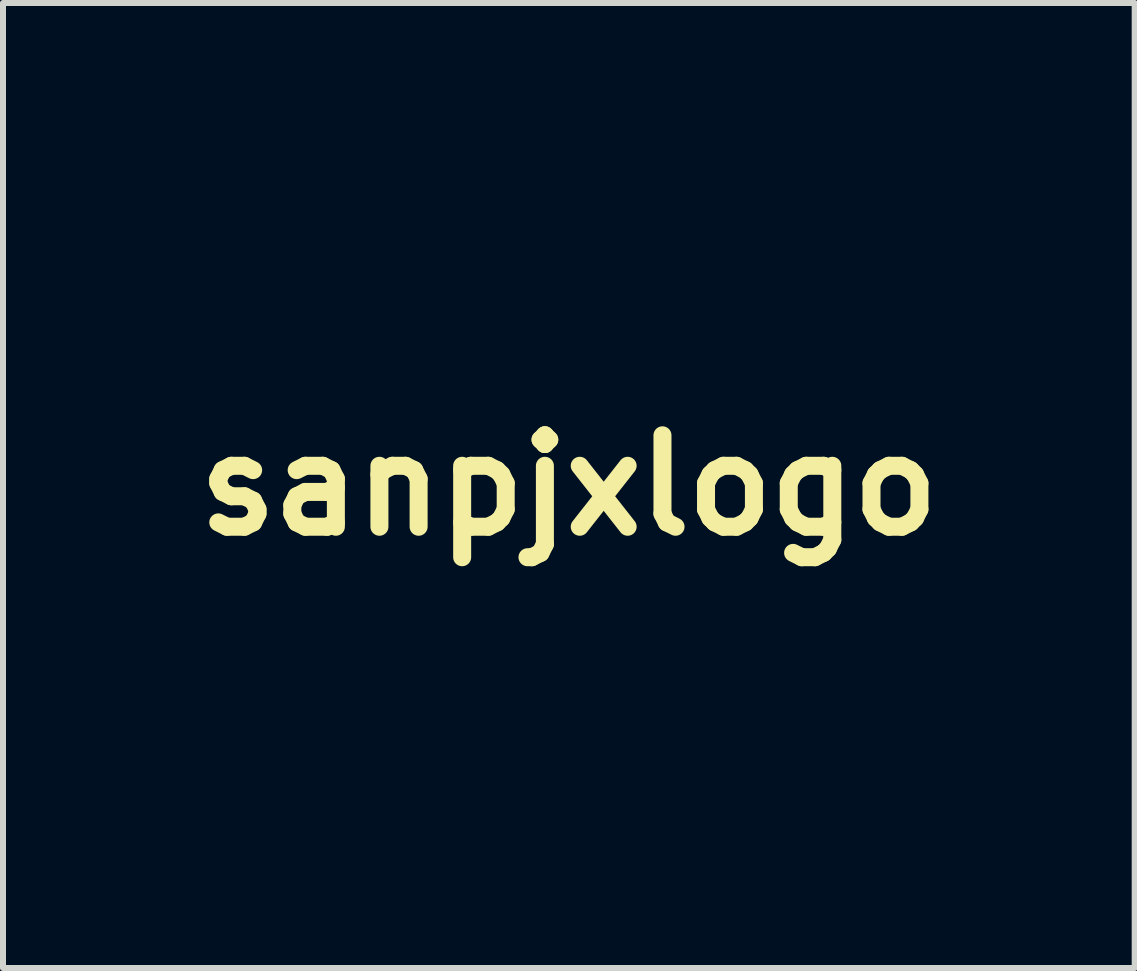
<source format=kicad_pcb>
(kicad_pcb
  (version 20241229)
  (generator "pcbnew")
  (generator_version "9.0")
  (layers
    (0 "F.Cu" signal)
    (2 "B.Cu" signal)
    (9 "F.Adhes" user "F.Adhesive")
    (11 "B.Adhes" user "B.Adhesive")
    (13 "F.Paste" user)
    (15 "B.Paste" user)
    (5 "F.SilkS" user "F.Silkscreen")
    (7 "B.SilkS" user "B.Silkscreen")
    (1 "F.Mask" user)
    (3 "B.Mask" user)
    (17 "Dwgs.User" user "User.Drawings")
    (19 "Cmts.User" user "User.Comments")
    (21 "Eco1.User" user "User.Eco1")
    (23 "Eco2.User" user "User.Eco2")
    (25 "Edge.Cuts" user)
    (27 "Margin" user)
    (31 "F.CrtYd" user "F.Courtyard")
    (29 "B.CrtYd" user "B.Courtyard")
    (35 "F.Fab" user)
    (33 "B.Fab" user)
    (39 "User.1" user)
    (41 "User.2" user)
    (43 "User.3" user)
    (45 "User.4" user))
  (footprint "sanpjxlogo"
    (layer "F.Cu")
    (at 6.43 5.039)
    (property "Reference" "sanpjxlogo" (at 0 0 0) (layer "F.SilkS") (effects (font (size 1.524 1.524) (thickness 0.3))))
    (attr through_hole)
    (fp_poly (pts (xy 0.049 -2.961) (xy 0.091 -2.949) (xy 0.102 -2.945) (xy 0.145 -2.92) (xy 0.184 -2.887) (xy 0.215 -2.848) (xy 0.239 -2.806) (xy 0.245 -2.787) (xy 0.247 -2.781) (xy 0.249 -2.775) (xy 0.25 -2.768) (xy 0.251 -2.76) (xy 0.252 -2.749) (xy 0.253 -2.735) (xy 0.254 -2.718) (xy 0.255 -2.697) (xy 0.255 -2.671) (xy 0.256 -2.64) (xy 0.256 -2.603) (xy 0.256 -2.559) (xy 0.256 -2.507) (xy 0.257 -2.448) (xy 0.257 -2.38) (xy 0.257 -2.303) (xy 0.257 -2.216) (xy 0.257 -2.119) (xy 0.257 -2.073) (xy 0.257 -1.964) (xy 0.256 -1.863) (xy 0.256 -1.771) (xy 0.256 -1.687) (xy 0.255 -1.613) (xy 0.255 -1.548) (xy 0.254 -1.492) (xy 0.254 -1.447) (xy 0.253 -1.411) (xy 0.252 -1.387) (xy 0.251 -1.373) (xy 0.251 -1.371) (xy 0.237 -1.33) (xy 0.215 -1.292) (xy 0.187 -1.258) (xy 0.156 -1.228) (xy 0.125 -1.206) (xy 0.092 -1.191) (xy 0.075 -1.185) (xy 0.042 -1.179) (xy 0.004 -1.176) (xy -0.034 -1.178) (xy -0.068 -1.183) (xy -0.079 -1.187) (xy -0.126 -1.209) (xy -0.167 -1.24) (xy -0.202 -1.279) (xy -0.229 -1.323) (xy -0.246 -1.372) (xy -0.251 -1.396) (xy -0.252 -1.408) (xy -0.253 -1.43) (xy -0.253 -1.462) (xy -0.254 -1.503) (xy -0.255 -1.552) (xy -0.255 -1.607) (xy -0.256 -1.669) (xy -0.256 -1.735) (xy -0.256 -1.805) (xy -0.256 -1.879) (xy -0.257 -1.955) (xy -0.257 -2.032) (xy -0.257 -2.11) (xy -0.257 -2.187) (xy -0.256 -2.263) (xy -0.256 -2.336) (xy -0.256 -2.406) (xy -0.256 -2.473) (xy -0.255 -2.534) (xy -0.255 -2.589) (xy -0.254 -2.637) (xy -0.253 -2.677) (xy -0.253 -2.709) (xy -0.252 -2.731) (xy -0.251 -2.743) (xy -0.238 -2.794) (xy -0.215 -2.841) (xy -0.184 -2.882) (xy -0.145 -2.917) (xy -0.1 -2.943) (xy -0.05 -2.96) (xy -0.036 -2.963) (xy 0.005 -2.966) (xy 0.049 -2.961)) (stroke (width 0.01) (type solid)) (fill yes) (layer "F.Mask"))
    (fp_poly (pts (xy 0.83 -2.445) (xy 0.878 -2.428) (xy 0.903 -2.413) (xy 0.934 -2.392) (xy 0.97 -2.364) (xy 1.008 -2.332) (xy 1.048 -2.296) (xy 1.088 -2.258) (xy 1.093 -2.252) (xy 1.163 -2.178) (xy 1.225 -2.105) (xy 1.279 -2.028) (xy 1.33 -1.946) (xy 1.378 -1.856) (xy 1.378 -1.855) (xy 1.432 -1.736) (xy 1.474 -1.613) (xy 1.506 -1.488) (xy 1.527 -1.36) (xy 1.537 -1.231) (xy 1.536 -1.101) (xy 1.524 -0.971) (xy 1.501 -0.842) (xy 1.489 -0.791) (xy 1.458 -0.687) (xy 1.417 -0.582) (xy 1.368 -0.478) (xy 1.313 -0.377) (xy 1.251 -0.281) (xy 1.195 -0.205) (xy 1.168 -0.174) (xy 1.135 -0.137) (xy 1.097 -0.099) (xy 1.059 -0.06) (xy 1.021 -0.024) (xy 0.986 0.006) (xy 0.97 0.019) (xy 0.878 0.087) (xy 0.778 0.15) (xy 0.673 0.206) (xy 0.565 0.254) (xy 0.455 0.294) (xy 0.347 0.324) (xy 0.317 0.33) (xy 0.239 0.344) (xy 0.156 0.354) (xy 0.072 0.36) (xy -0.009 0.363) (xy -0.085 0.361) (xy -0.109 0.36) (xy -0.229 0.346) (xy -0.347 0.322) (xy -0.461 0.29) (xy -0.586 0.245) (xy -0.704 0.189) (xy -0.817 0.125) (xy -0.923 0.052) (xy -1.021 -0.029) (xy -1.113 -0.118) (xy -1.196 -0.214) (xy -1.272 -0.317) (xy -1.339 -0.427) (xy -1.397 -0.542) (xy -1.445 -0.663) (xy -1.484 -0.789) (xy -1.513 -0.919) (xy -1.522 -0.973) (xy -1.527 -1.015) (xy -1.53 -1.065) (xy -1.532 -1.12) (xy -1.532 -1.178) (xy -1.531 -1.237) (xy -1.529 -1.292) (xy -1.526 -1.341) (xy -1.522 -1.375) (xy -1.498 -1.507) (xy -1.464 -1.635) (xy -1.419 -1.759) (xy -1.364 -1.878) (xy -1.299 -1.992) (xy -1.224 -2.1) (xy -1.211 -2.118) (xy -1.179 -2.156) (xy -1.143 -2.196) (xy -1.104 -2.238) (xy -1.062 -2.278) (xy -1.021 -2.317) (xy -0.98 -2.352) (xy -0.942 -2.382) (xy -0.909 -2.407) (xy -0.88 -2.424) (xy -0.876 -2.426) (xy -0.827 -2.444) (xy -0.775 -2.451) (xy -0.723 -2.448) (xy -0.673 -2.435) (xy -0.627 -2.412) (xy -0.609 -2.399) (xy -0.585 -2.376) (xy -0.561 -2.346) (xy -0.54 -2.312) (xy -0.525 -2.28) (xy -0.524 -2.277) (xy -0.514 -2.23) (xy -0.513 -2.18) (xy -0.521 -2.129) (xy -0.538 -2.082) (xy -0.555 -2.052) (xy -0.568 -2.036) (xy -0.587 -2.016) (xy -0.608 -1.997) (xy -0.616 -1.99) (xy -0.649 -1.963) (xy -0.685 -1.929) (xy -0.722 -1.892) (xy -0.758 -1.854) (xy -0.792 -1.818) (xy -0.82 -1.784) (xy -0.835 -1.764) (xy -0.883 -1.688) (xy -0.926 -1.605) (xy -0.962 -1.517) (xy -0.99 -1.428) (xy -1.005 -1.367) (xy -1.012 -1.317) (xy -1.018 -1.26) (xy -1.021 -1.199) (xy -1.021 -1.139) (xy -1.018 -1.083) (xy -1.016 -1.061) (xy -0.999 -0.956) (xy -0.971 -0.854) (xy -0.933 -0.756) (xy -0.884 -0.662) (xy -0.825 -0.573) (xy -0.758 -0.489) (xy -0.705 -0.435) (xy -0.627 -0.367) (xy -0.541 -0.308) (xy -0.449 -0.256) (xy -0.353 -0.214) (xy -0.253 -0.182) (xy -0.166 -0.162) (xy -0.131 -0.158) (xy -0.089 -0.154) (xy -0.041 -0.152) (xy 0.008 -0.151) (xy 0.056 -0.152) (xy 0.1 -0.154) (xy 0.138 -0.157) (xy 0.151 -0.159) (xy 0.258 -0.182) (xy 0.361 -0.215) (xy 0.459 -0.258) (xy 0.551 -0.31) (xy 0.637 -0.371) (xy 0.716 -0.441) (xy 0.788 -0.518) (xy 0.852 -0.603) (xy 0.873 -0.636) (xy 0.893 -0.671) (xy 0.914 -0.712) (xy 0.936 -0.756) (xy 0.955 -0.8) (xy 0.97 -0.838) (xy 0.973 -0.847) (xy 1.002 -0.948) (xy 1.019 -1.051) (xy 1.026 -1.155) (xy 1.022 -1.26) (xy 1.008 -1.363) (xy 0.984 -1.465) (xy 0.949 -1.563) (xy 0.904 -1.658) (xy 0.888 -1.687) (xy 0.842 -1.759) (xy 0.792 -1.824) (xy 0.736 -1.886) (xy 0.672 -1.946) (xy 0.646 -1.968) (xy 0.621 -1.989) (xy 0.598 -2.011) (xy 0.578 -2.03) (xy 0.564 -2.045) (xy 0.562 -2.048) (xy 0.539 -2.088) (xy 0.524 -2.133) (xy 0.516 -2.181) (xy 0.517 -2.228) (xy 0.522 -2.254) (xy 0.54 -2.305) (xy 0.567 -2.349) (xy 0.6 -2.386) (xy 0.639 -2.415) (xy 0.683 -2.437) (xy 0.731 -2.449) (xy 0.78 -2.452) (xy 0.83 -2.445)) (stroke (width 0.01) (type solid)) (fill yes) (layer "F.Mask"))
    (fp_poly (pts (xy -1.237 -5.032) (xy -1.205 -5.021) (xy -1.177 -5.001) (xy -1.163 -4.985) (xy -1.149 -4.958) (xy -1.143 -4.925) (xy -1.144 -4.893) (xy -1.147 -4.877) (xy -1.149 -4.874) (xy -1.153 -4.869) (xy -1.159 -4.861) (xy -1.168 -4.851) (xy -1.18 -4.838) (xy -1.196 -4.822) (xy -1.214 -4.803) (xy -1.236 -4.78) (xy -1.262 -4.753) (xy -1.291 -4.723) (xy -1.325 -4.689) (xy -1.363 -4.65) (xy -1.405 -4.607) (xy -1.453 -4.559) (xy -1.505 -4.507) (xy -1.562 -4.449) (xy -1.625 -4.386) (xy -1.693 -4.317) (xy -1.767 -4.243) (xy -1.847 -4.162) (xy -1.933 -4.076) (xy -2.026 -3.983) (xy -2.125 -3.884) (xy -2.23 -3.778) (xy -2.343 -3.665) (xy -2.463 -3.545) (xy -2.591 -3.418) (xy -2.726 -3.283) (xy -2.868 -3.14) (xy -2.93 -3.078) (xy -4.706 -1.301) (xy 0.003 3.408) (xy 2.357 1.053) (xy 4.712 -1.301) (xy 2.939 -3.075) (xy 2.819 -3.194) (xy 2.702 -3.312) (xy 2.587 -3.427) (xy 2.475 -3.54) (xy 2.365 -3.65) (xy 2.258 -3.757) (xy 2.155 -3.86) (xy 2.055 -3.96) (xy 1.959 -4.057) (xy 1.867 -4.149) (xy 1.78 -4.237) (xy 1.697 -4.32) (xy 1.619 -4.398) (xy 1.546 -4.472) (xy 1.479 -4.54) (xy 1.417 -4.602) (xy 1.361 -4.659) (xy 1.311 -4.709) (xy 1.268 -4.753) (xy 1.231 -4.79) (xy 1.201 -4.82) (xy 1.179 -4.843) (xy 1.164 -4.859) (xy 1.157 -4.867) (xy 1.156 -4.868) (xy 1.147 -4.897) (xy 1.147 -4.93) (xy 1.155 -4.962) (xy 1.17 -4.99) (xy 1.182 -5.004) (xy 1.21 -5.022) (xy 1.242 -5.032) (xy 1.276 -5.034) (xy 1.309 -5.026) (xy 1.315 -5.023) (xy 1.321 -5.019) (xy 1.333 -5.008) (xy 1.352 -4.99) (xy 1.377 -4.965) (xy 1.41 -4.933) (xy 1.449 -4.895) (xy 1.496 -4.849) (xy 1.549 -4.796) (xy 1.61 -4.736) (xy 1.677 -4.669) (xy 1.752 -4.595) (xy 1.835 -4.513) (xy 1.924 -4.424) (xy 2.022 -4.327) (xy 2.126 -4.222) (xy 2.238 -4.111) (xy 2.358 -3.991) (xy 2.486 -3.864) (xy 2.621 -3.728) (xy 2.764 -3.585) (xy 2.915 -3.434) (xy 3.074 -3.276) (xy 3.163 -3.187) (xy 4.987 -1.361) (xy 4.994 -1.331) (xy 4.998 -1.307) (xy 4.997 -1.284) (xy 4.994 -1.271) (xy 4.993 -1.267) (xy 4.992 -1.263) (xy 4.99 -1.258) (xy 4.987 -1.253) (xy 4.982 -1.246) (xy 4.975 -1.238) (xy 4.966 -1.227) (xy 4.955 -1.214) (xy 4.94 -1.198) (xy 4.922 -1.179) (xy 4.9 -1.156) (xy 4.874 -1.129) (xy 4.843 -1.098) (xy 4.807 -1.062) (xy 4.766 -1.02) (xy 4.719 -0.973) (xy 4.666 -0.92) (xy 4.606 -0.86) (xy 4.54 -0.794) (xy 4.466 -0.72) (xy 4.387 -0.641) (xy 3.787 -0.04) (xy 4.093 0.267) (xy 4.15 0.324) (xy 4.2 0.374) (xy 4.242 0.417) (xy 4.279 0.453) (xy 4.309 0.484) (xy 4.334 0.51) (xy 4.354 0.531) (xy 4.37 0.548) (xy 4.382 0.562) (xy 4.391 0.573) (xy 4.397 0.581) (xy 4.401 0.588) (xy 4.404 0.594) (xy 4.406 0.6) (xy 4.406 0.601) (xy 4.41 0.636) (xy 4.404 0.668) (xy 4.398 0.684) (xy 4.394 0.689) (xy 4.382 0.701) (xy 4.362 0.722) (xy 4.334 0.749) (xy 4.3 0.784) (xy 4.259 0.826) (xy 4.211 0.874) (xy 4.157 0.929) (xy 4.096 0.989) (xy 4.03 1.056) (xy 3.957 1.129) (xy 3.88 1.207) (xy 3.797 1.29) (xy 3.709 1.379) (xy 3.616 1.472) (xy 3.518 1.569) (xy 3.417 1.671) (xy 3.311 1.777) (xy 3.201 1.887) (xy 3.088 2) (xy 2.971 2.117) (xy 2.852 2.237) (xy 2.729 2.36) (xy 2.604 2.485) (xy 2.476 2.613) (xy 2.346 2.743) (xy 2.231 2.858) (xy 2.056 3.033) (xy 1.889 3.2) (xy 1.73 3.36) (xy 1.578 3.511) (xy 1.434 3.655) (xy 1.298 3.791) (xy 1.169 3.919) (xy 1.048 4.04) (xy 0.934 4.154) (xy 0.828 4.26) (xy 0.729 4.359) (xy 0.636 4.451) (xy 0.551 4.535) (xy 0.473 4.613) (xy 0.402 4.684) (xy 0.338 4.747) (xy 0.28 4.805) (xy 0.229 4.855) (xy 0.184 4.899) (xy 0.146 4.936) (xy 0.114 4.967) (xy 0.089 4.992) (xy 0.07 5.01) (xy 0.057 5.022) (xy 0.05 5.028) (xy 0.049 5.029) (xy 0.017 5.038) (xy -0.019 5.038) (xy -0.04 5.033) (xy -0.043 5.031) (xy -0.049 5.026) (xy -0.059 5.017) (xy -0.071 5.006) (xy -0.088 4.99) (xy -0.108 4.971) (xy -0.132 4.947) (xy -0.16 4.92) (xy -0.193 4.888) (xy -0.23 4.852) (xy -0.272 4.81) (xy -0.318 4.765) (xy -0.37 4.714) (xy -0.426 4.658) (xy -0.488 4.596) (xy -0.556 4.529) (xy -0.629 4.456) (xy -0.708 4.378) (xy -0.793 4.293) (xy -0.884 4.202) (xy -0.981 4.105) (xy -1.086 4.001) (xy -1.196 3.891) (xy -1.314 3.773) (xy -1.439 3.649) (xy -1.571 3.517) (xy -1.71 3.377) (xy -1.857 3.231) (xy -2.012 3.076) (xy -2.145 2.943) (xy -2.278 2.81) (xy -2.408 2.679) (xy -2.537 2.551) (xy -2.662 2.426) (xy -2.784 2.304) (xy -2.903 2.185) (xy -3.018 2.069) (xy -3.13 1.957) (xy -3.237 1.85) (xy -3.341 1.746) (xy -3.44 1.647) (xy -3.534 1.552) (xy -3.623 1.462) (xy -3.708 1.377) (xy -3.787 1.298) (xy -3.86 1.224) (xy -3.928 1.156) (xy -3.989 1.094) (xy -4.045 1.038) (xy -4.094 0.989) (xy -4.136 0.946) (xy -4.171 0.91) (xy -4.199 0.881) (xy -4.22 0.86) (xy -4.233 0.846) (xy -4.238 0.84) (xy -4.239 0.84) (xy -4.25 0.805) (xy -4.25 0.788) (xy -3.964 0.788) (xy -1.983 2.768) (xy -1.857 2.894) (xy -1.733 3.018) (xy -1.612 3.14) (xy -1.492 3.259) (xy -1.376 3.376) (xy -1.262 3.489) (xy -1.152 3.599) (xy -1.045 3.706) (xy -0.942 3.809) (xy -0.843 3.908) (xy -0.748 4.002) (xy -0.658 4.092) (xy -0.572 4.178) (xy -0.491 4.258) (xy -0.415 4.334) (xy -0.345 4.403) (xy -0.281 4.467) (xy -0.222 4.526) (xy -0.17 4.577) (xy -0.124 4.623) (xy -0.085 4.662) (xy -0.052 4.694) (xy -0.027 4.718) (xy -0.009 4.736) (xy 0.001 4.746) (xy 0.003 4.748) (xy 0.008 4.744) (xy 0.02 4.732) (xy 0.04 4.712) (xy 0.067 4.685) (xy 0.101 4.651) (xy 0.142 4.61) (xy 0.19 4.563) (xy 0.244 4.509) (xy 0.304 4.449) (xy 0.371 4.383) (xy 0.442 4.311) (xy 0.52 4.234) (xy 0.602 4.151) (xy 0.689 4.064) (xy 0.782 3.972) (xy 0.878 3.876) (xy 0.979 3.775) (xy 1.084 3.67) (xy 1.192 3.562) (xy 1.304 3.45) (xy 1.419 3.334) (xy 1.538 3.216) (xy 1.659 3.095) (xy 1.782 2.971) (xy 1.908 2.845) (xy 2.036 2.717) (xy 2.065 2.688) (xy 4.12 0.63) (xy 3.87 0.379) (xy 3.619 0.128) (xy 1.845 1.902) (xy 1.689 2.058) (xy 1.541 2.206) (xy 1.401 2.346) (xy 1.269 2.478) (xy 1.144 2.603) (xy 1.027 2.72) (xy 0.916 2.829) (xy 0.814 2.932) (xy 0.718 3.027) (xy 0.629 3.116) (xy 0.547 3.197) (xy 0.472 3.272) (xy 0.403 3.34) (xy 0.341 3.402) (xy 0.285 3.457) (xy 0.236 3.506) (xy 0.192 3.548) (xy 0.155 3.585) (xy 0.124 3.616) (xy 0.098 3.641) (xy 0.078 3.66) (xy 0.063 3.673) (xy 0.054 3.681) (xy 0.05 3.684) (xy 0.026 3.691) (xy -0.003 3.693) (xy -0.03 3.691) (xy -0.044 3.687) (xy -0.049 3.683) (xy -0.062 3.67) (xy -0.083 3.65) (xy -0.111 3.623) (xy -0.146 3.589) (xy -0.188 3.547) (xy -0.237 3.499) (xy -0.292 3.444) (xy -0.353 3.383) (xy -0.421 3.317) (xy -0.494 3.244) (xy -0.573 3.166) (xy -0.657 3.082) (xy -0.746 2.993) (xy -0.84 2.899) (xy -0.939 2.801) (xy -1.042 2.698) (xy -1.149 2.591) (xy -1.26 2.48) (xy -1.375 2.366) (xy -1.494 2.248) (xy -1.615 2.126) (xy -1.74 2.001) (xy -1.759 1.982) (xy -3.459 0.283) (xy -3.964 0.788) (xy -4.25 0.788) (xy -4.25 0.77) (xy -4.247 0.755) (xy -4.245 0.749) (xy -4.242 0.743) (xy -4.238 0.736) (xy -4.231 0.727) (xy -4.222 0.716) (xy -4.209 0.702) (xy -4.193 0.684) (xy -4.173 0.663) (xy -4.147 0.637) (xy -4.116 0.605) (xy -4.08 0.568) (xy -4.036 0.524) (xy -3.986 0.474) (xy -3.933 0.421) (xy -3.627 0.114) (xy -4.302 -0.561) (xy -4.398 -0.657) (xy -4.486 -0.745) (xy -4.566 -0.825) (xy -4.639 -0.898) (xy -4.704 -0.964) (xy -4.762 -1.022) (xy -4.812 -1.074) (xy -4.856 -1.119) (xy -4.894 -1.157) (xy -4.924 -1.189) (xy -4.948 -1.214) (xy -4.966 -1.234) (xy -4.979 -1.248) (xy -4.985 -1.255) (xy -4.986 -1.257) (xy -4.993 -1.29) (xy -4.992 -1.324) (xy -4.983 -1.35) (xy -4.979 -1.356) (xy -4.966 -1.369) (xy -4.946 -1.39) (xy -4.918 -1.419) (xy -4.884 -1.453) (xy -4.844 -1.495) (xy -4.797 -1.542) (xy -4.744 -1.596) (xy -4.686 -1.655) (xy -4.622 -1.719) (xy -4.553 -1.788) (xy -4.48 -1.862) (xy -4.403 -1.94) (xy -4.321 -2.022) (xy -4.236 -2.108) (xy -4.147 -2.197) (xy -4.055 -2.289) (xy -3.96 -2.384) (xy -3.863 -2.482) (xy -3.764 -2.581) (xy -3.663 -2.683) (xy -3.56 -2.786) (xy -3.456 -2.89) (xy -3.351 -2.995) (xy -3.245 -3.1) (xy -3.14 -3.206) (xy -3.034 -3.311) (xy -2.928 -3.417) (xy -2.824 -3.521) (xy -2.72 -3.625) (xy -2.617 -3.727) (xy -2.516 -3.828) (xy -2.417 -3.927) (xy -2.32 -4.024) (xy -2.226 -4.118) (xy -2.134 -4.209) (xy -2.046 -4.297) (xy -1.96 -4.381) (xy -1.879 -4.462) (xy -1.802 -4.539) (xy -1.729 -4.611) (xy -1.661 -4.679) (xy -1.598 -4.741) (xy -1.54 -4.798) (xy -1.488 -4.85) (xy -1.441 -4.895) (xy -1.401 -4.935) (xy -1.368 -4.967) (xy -1.341 -4.993) (xy -1.322 -5.011) (xy -1.31 -5.022) (xy -1.306 -5.026) (xy -1.272 -5.034) (xy -1.237 -5.032)) (stroke (width 0.01) (type solid)) (fill yes) (layer "F.Mask")))
  (gr_rect
    (start -3 -3)
    (end 15.86 13.082)
    (stroke (width 0.1) (type default))
    (fill no)
    (layer "Edge.Cuts")))
</source>
